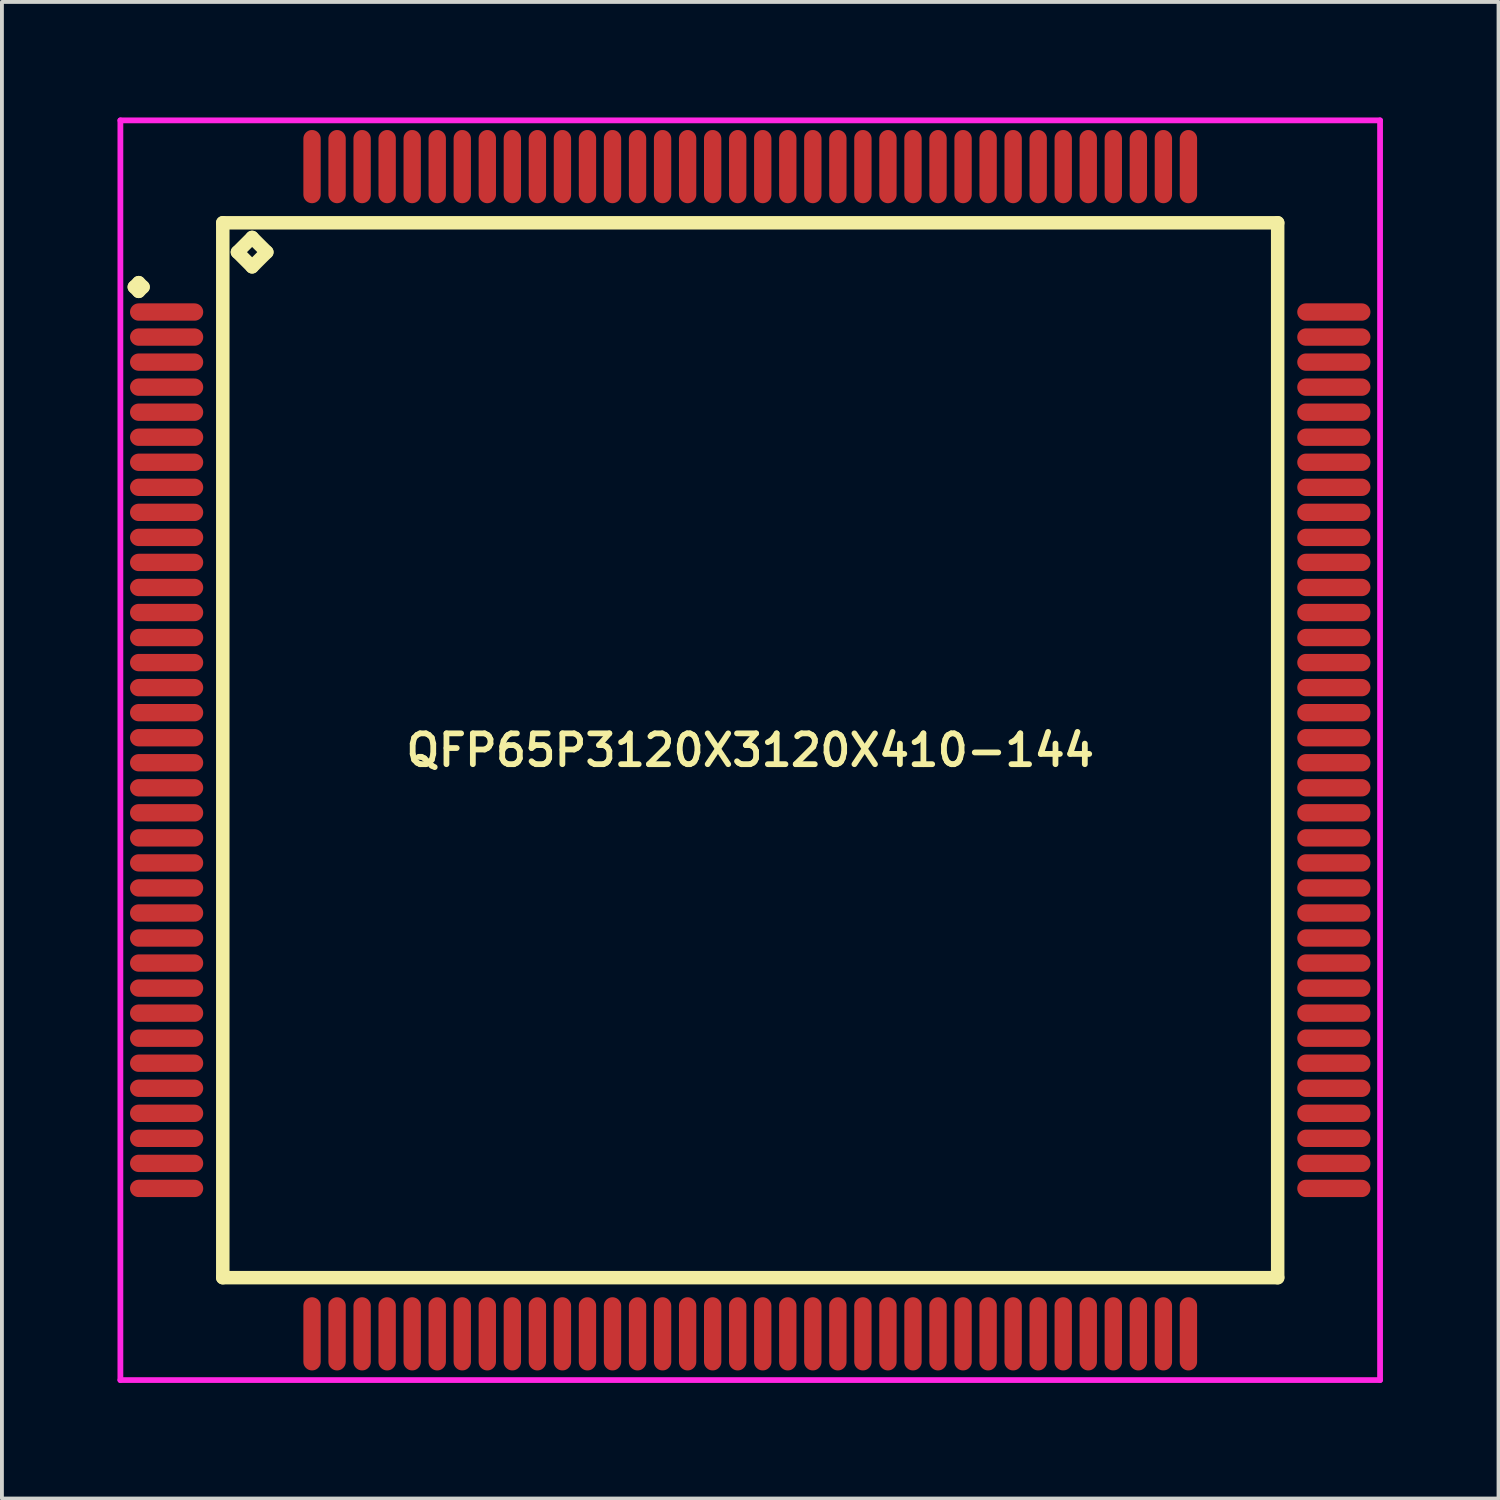
<source format=kicad_pcb>
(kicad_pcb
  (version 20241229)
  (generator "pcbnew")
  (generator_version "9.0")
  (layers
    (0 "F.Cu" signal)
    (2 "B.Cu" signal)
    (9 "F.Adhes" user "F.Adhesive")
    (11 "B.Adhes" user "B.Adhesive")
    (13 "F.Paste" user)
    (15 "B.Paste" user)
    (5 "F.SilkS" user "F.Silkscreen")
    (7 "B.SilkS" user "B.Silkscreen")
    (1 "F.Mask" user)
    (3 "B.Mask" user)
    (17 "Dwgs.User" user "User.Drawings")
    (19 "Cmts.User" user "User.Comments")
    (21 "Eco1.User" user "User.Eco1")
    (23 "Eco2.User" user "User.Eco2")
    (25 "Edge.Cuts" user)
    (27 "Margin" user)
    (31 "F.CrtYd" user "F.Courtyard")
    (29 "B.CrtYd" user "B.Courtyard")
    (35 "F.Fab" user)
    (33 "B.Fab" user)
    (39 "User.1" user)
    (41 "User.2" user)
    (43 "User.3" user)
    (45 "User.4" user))
  (footprint "QFP65P3120X3120X410-144"
    (layer "F.Cu")
    (at 16.425 16.425)
    (property "Reference" "QFP65P3120X3120X410-144" (at 0 0 0) (layer "F.SilkS") (effects (font (size 0.8 0.8) (thickness 0.15))))
    (attr smd)
    (fp_line (start -15.988 -12.025) (end -15.875 -12.137) (stroke (width 0.35) (type solid)) (layer "F.SilkS"))
    (fp_line (start -15.875 -12.137) (end -15.762 -12.025) (stroke (width 0.35) (type solid)) (layer "F.SilkS"))
    (fp_line (start -15.875 -11.912) (end -15.988 -12.025) (stroke (width 0.35) (type solid)) (layer "F.SilkS"))
    (fp_line (start -15.762 -12.025) (end -15.875 -11.912) (stroke (width 0.35) (type solid)) (layer "F.SilkS"))
    (fp_line (start -13.692 -13.692) (end -13.692 13.692) (stroke (width 0.35) (type solid)) (layer "F.SilkS"))
    (fp_line (start -13.692 13.692) (end 13.692 13.692) (stroke (width 0.35) (type solid)) (layer "F.SilkS"))
    (fp_line (start -13.311 -12.93) (end -12.93 -13.311) (stroke (width 0.35) (type solid)) (layer "F.SilkS"))
    (fp_line (start -12.93 -13.311) (end -12.549 -12.93) (stroke (width 0.35) (type solid)) (layer "F.SilkS"))
    (fp_line (start -12.93 -12.549) (end -13.311 -12.93) (stroke (width 0.35) (type solid)) (layer "F.SilkS"))
    (fp_line (start -12.549 -12.93) (end -12.93 -12.549) (stroke (width 0.35) (type solid)) (layer "F.SilkS"))
    (fp_line (start 13.692 -13.692) (end -13.692 -13.692) (stroke (width 0.35) (type solid)) (layer "F.SilkS"))
    (fp_line (start 13.692 13.692) (end 13.692 -13.692) (stroke (width 0.35) (type solid)) (layer "F.SilkS"))
    (fp_line (start -16.35 -16.35) (end 16.35 -16.35) (stroke (width 0.15) (type solid)) (layer "F.CrtYd"))
    (fp_line (start -16.35 16.35) (end -16.35 -16.35) (stroke (width 0.15) (type solid)) (layer "F.CrtYd"))
    (fp_line (start 16.35 -16.35) (end 16.35 16.35) (stroke (width 0.15) (type solid)) (layer "F.CrtYd"))
    (fp_line (start 16.35 16.35) (end -16.35 16.35) (stroke (width 0.15) (type solid)) (layer "F.CrtYd"))
    (pad "1" smd oval (at -15.15 -11.375) (size 1.9 0.45) (layers "F.Cu" "F.Mask" "F.Paste"))
    (pad "2" smd oval (at -15.15 -10.725) (size 1.9 0.45) (layers "F.Cu" "F.Mask" "F.Paste"))
    (pad "3" smd oval (at -15.15 -10.075) (size 1.9 0.45) (layers "F.Cu" "F.Mask" "F.Paste"))
    (pad "4" smd oval (at -15.15 -9.425) (size 1.9 0.45) (layers "F.Cu" "F.Mask" "F.Paste"))
    (pad "5" smd oval (at -15.15 -8.775) (size 1.9 0.45) (layers "F.Cu" "F.Mask" "F.Paste"))
    (pad "6" smd oval (at -15.15 -8.125) (size 1.9 0.45) (layers "F.Cu" "F.Mask" "F.Paste"))
    (pad "7" smd oval (at -15.15 -7.475) (size 1.9 0.45) (layers "F.Cu" "F.Mask" "F.Paste"))
    (pad "8" smd oval (at -15.15 -6.825) (size 1.9 0.45) (layers "F.Cu" "F.Mask" "F.Paste"))
    (pad "9" smd oval (at -15.15 -6.175) (size 1.9 0.45) (layers "F.Cu" "F.Mask" "F.Paste"))
    (pad "10" smd oval (at -15.15 -5.525) (size 1.9 0.45) (layers "F.Cu" "F.Mask" "F.Paste"))
    (pad "11" smd oval (at -15.15 -4.875) (size 1.9 0.45) (layers "F.Cu" "F.Mask" "F.Paste"))
    (pad "12" smd oval (at -15.15 -4.225) (size 1.9 0.45) (layers "F.Cu" "F.Mask" "F.Paste"))
    (pad "13" smd oval (at -15.15 -3.575) (size 1.9 0.45) (layers "F.Cu" "F.Mask" "F.Paste"))
    (pad "14" smd oval (at -15.15 -2.925) (size 1.9 0.45) (layers "F.Cu" "F.Mask" "F.Paste"))
    (pad "15" smd oval (at -15.15 -2.275) (size 1.9 0.45) (layers "F.Cu" "F.Mask" "F.Paste"))
    (pad "16" smd oval (at -15.15 -1.625) (size 1.9 0.45) (layers "F.Cu" "F.Mask" "F.Paste"))
    (pad "17" smd oval (at -15.15 -0.975) (size 1.9 0.45) (layers "F.Cu" "F.Mask" "F.Paste"))
    (pad "18" smd oval (at -15.15 -0.325) (size 1.9 0.45) (layers "F.Cu" "F.Mask" "F.Paste"))
    (pad "19" smd oval (at -15.15 0.325) (size 1.9 0.45) (layers "F.Cu" "F.Mask" "F.Paste"))
    (pad "20" smd oval (at -15.15 0.975) (size 1.9 0.45) (layers "F.Cu" "F.Mask" "F.Paste"))
    (pad "21" smd oval (at -15.15 1.625) (size 1.9 0.45) (layers "F.Cu" "F.Mask" "F.Paste"))
    (pad "22" smd oval (at -15.15 2.275) (size 1.9 0.45) (layers "F.Cu" "F.Mask" "F.Paste"))
    (pad "23" smd oval (at -15.15 2.925) (size 1.9 0.45) (layers "F.Cu" "F.Mask" "F.Paste"))
    (pad "24" smd oval (at -15.15 3.575) (size 1.9 0.45) (layers "F.Cu" "F.Mask" "F.Paste"))
    (pad "25" smd oval (at -15.15 4.225) (size 1.9 0.45) (layers "F.Cu" "F.Mask" "F.Paste"))
    (pad "26" smd oval (at -15.15 4.875) (size 1.9 0.45) (layers "F.Cu" "F.Mask" "F.Paste"))
    (pad "27" smd oval (at -15.15 5.525) (size 1.9 0.45) (layers "F.Cu" "F.Mask" "F.Paste"))
    (pad "28" smd oval (at -15.15 6.175) (size 1.9 0.45) (layers "F.Cu" "F.Mask" "F.Paste"))
    (pad "29" smd oval (at -15.15 6.825) (size 1.9 0.45) (layers "F.Cu" "F.Mask" "F.Paste"))
    (pad "30" smd oval (at -15.15 7.475) (size 1.9 0.45) (layers "F.Cu" "F.Mask" "F.Paste"))
    (pad "31" smd oval (at -15.15 8.125) (size 1.9 0.45) (layers "F.Cu" "F.Mask" "F.Paste"))
    (pad "32" smd oval (at -15.15 8.775) (size 1.9 0.45) (layers "F.Cu" "F.Mask" "F.Paste"))
    (pad "33" smd oval (at -15.15 9.425) (size 1.9 0.45) (layers "F.Cu" "F.Mask" "F.Paste"))
    (pad "34" smd oval (at -15.15 10.075) (size 1.9 0.45) (layers "F.Cu" "F.Mask" "F.Paste"))
    (pad "35" smd oval (at -15.15 10.725) (size 1.9 0.45) (layers "F.Cu" "F.Mask" "F.Paste"))
    (pad "36" smd oval (at -15.15 11.375) (size 1.9 0.45) (layers "F.Cu" "F.Mask" "F.Paste"))
    (pad "37" smd oval (at -11.375 15.15) (size 0.45 1.9) (layers "F.Cu" "F.Mask" "F.Paste"))
    (pad "38" smd oval (at -10.725 15.15) (size 0.45 1.9) (layers "F.Cu" "F.Mask" "F.Paste"))
    (pad "39" smd oval (at -10.075 15.15) (size 0.45 1.9) (layers "F.Cu" "F.Mask" "F.Paste"))
    (pad "40" smd oval (at -9.425 15.15) (size 0.45 1.9) (layers "F.Cu" "F.Mask" "F.Paste"))
    (pad "41" smd oval (at -8.775 15.15) (size 0.45 1.9) (layers "F.Cu" "F.Mask" "F.Paste"))
    (pad "42" smd oval (at -8.125 15.15) (size 0.45 1.9) (layers "F.Cu" "F.Mask" "F.Paste"))
    (pad "43" smd oval (at -7.475 15.15) (size 0.45 1.9) (layers "F.Cu" "F.Mask" "F.Paste"))
    (pad "44" smd oval (at -6.825 15.15) (size 0.45 1.9) (layers "F.Cu" "F.Mask" "F.Paste"))
    (pad "45" smd oval (at -6.175 15.15) (size 0.45 1.9) (layers "F.Cu" "F.Mask" "F.Paste"))
    (pad "46" smd oval (at -5.525 15.15) (size 0.45 1.9) (layers "F.Cu" "F.Mask" "F.Paste"))
    (pad "47" smd oval (at -4.875 15.15) (size 0.45 1.9) (layers "F.Cu" "F.Mask" "F.Paste"))
    (pad "48" smd oval (at -4.225 15.15) (size 0.45 1.9) (layers "F.Cu" "F.Mask" "F.Paste"))
    (pad "49" smd oval (at -3.575 15.15) (size 0.45 1.9) (layers "F.Cu" "F.Mask" "F.Paste"))
    (pad "50" smd oval (at -2.925 15.15) (size 0.45 1.9) (layers "F.Cu" "F.Mask" "F.Paste"))
    (pad "51" smd oval (at -2.275 15.15) (size 0.45 1.9) (layers "F.Cu" "F.Mask" "F.Paste"))
    (pad "52" smd oval (at -1.625 15.15) (size 0.45 1.9) (layers "F.Cu" "F.Mask" "F.Paste"))
    (pad "53" smd oval (at -0.975 15.15) (size 0.45 1.9) (layers "F.Cu" "F.Mask" "F.Paste"))
    (pad "54" smd oval (at -0.325 15.15) (size 0.45 1.9) (layers "F.Cu" "F.Mask" "F.Paste"))
    (pad "55" smd oval (at 0.325 15.15) (size 0.45 1.9) (layers "F.Cu" "F.Mask" "F.Paste"))
    (pad "56" smd oval (at 0.975 15.15) (size 0.45 1.9) (layers "F.Cu" "F.Mask" "F.Paste"))
    (pad "57" smd oval (at 1.625 15.15) (size 0.45 1.9) (layers "F.Cu" "F.Mask" "F.Paste"))
    (pad "58" smd oval (at 2.275 15.15) (size 0.45 1.9) (layers "F.Cu" "F.Mask" "F.Paste"))
    (pad "59" smd oval (at 2.925 15.15) (size 0.45 1.9) (layers "F.Cu" "F.Mask" "F.Paste"))
    (pad "60" smd oval (at 3.575 15.15) (size 0.45 1.9) (layers "F.Cu" "F.Mask" "F.Paste"))
    (pad "61" smd oval (at 4.225 15.15) (size 0.45 1.9) (layers "F.Cu" "F.Mask" "F.Paste"))
    (pad "62" smd oval (at 4.875 15.15) (size 0.45 1.9) (layers "F.Cu" "F.Mask" "F.Paste"))
    (pad "63" smd oval (at 5.525 15.15) (size 0.45 1.9) (layers "F.Cu" "F.Mask" "F.Paste"))
    (pad "64" smd oval (at 6.175 15.15) (size 0.45 1.9) (layers "F.Cu" "F.Mask" "F.Paste"))
    (pad "65" smd oval (at 6.825 15.15) (size 0.45 1.9) (layers "F.Cu" "F.Mask" "F.Paste"))
    (pad "66" smd oval (at 7.475 15.15) (size 0.45 1.9) (layers "F.Cu" "F.Mask" "F.Paste"))
    (pad "67" smd oval (at 8.125 15.15) (size 0.45 1.9) (layers "F.Cu" "F.Mask" "F.Paste"))
    (pad "68" smd oval (at 8.775 15.15) (size 0.45 1.9) (layers "F.Cu" "F.Mask" "F.Paste"))
    (pad "69" smd oval (at 9.425 15.15) (size 0.45 1.9) (layers "F.Cu" "F.Mask" "F.Paste"))
    (pad "70" smd oval (at 10.075 15.15) (size 0.45 1.9) (layers "F.Cu" "F.Mask" "F.Paste"))
    (pad "71" smd oval (at 10.725 15.15) (size 0.45 1.9) (layers "F.Cu" "F.Mask" "F.Paste"))
    (pad "72" smd oval (at 11.375 15.15) (size 0.45 1.9) (layers "F.Cu" "F.Mask" "F.Paste"))
    (pad "73" smd oval (at 15.15 11.375) (size 1.9 0.45) (layers "F.Cu" "F.Mask" "F.Paste"))
    (pad "74" smd oval (at 15.15 10.725) (size 1.9 0.45) (layers "F.Cu" "F.Mask" "F.Paste"))
    (pad "75" smd oval (at 15.15 10.075) (size 1.9 0.45) (layers "F.Cu" "F.Mask" "F.Paste"))
    (pad "76" smd oval (at 15.15 9.425) (size 1.9 0.45) (layers "F.Cu" "F.Mask" "F.Paste"))
    (pad "77" smd oval (at 15.15 8.775) (size 1.9 0.45) (layers "F.Cu" "F.Mask" "F.Paste"))
    (pad "78" smd oval (at 15.15 8.125) (size 1.9 0.45) (layers "F.Cu" "F.Mask" "F.Paste"))
    (pad "79" smd oval (at 15.15 7.475) (size 1.9 0.45) (layers "F.Cu" "F.Mask" "F.Paste"))
    (pad "80" smd oval (at 15.15 6.825) (size 1.9 0.45) (layers "F.Cu" "F.Mask" "F.Paste"))
    (pad "81" smd oval (at 15.15 6.175) (size 1.9 0.45) (layers "F.Cu" "F.Mask" "F.Paste"))
    (pad "82" smd oval (at 15.15 5.525) (size 1.9 0.45) (layers "F.Cu" "F.Mask" "F.Paste"))
    (pad "83" smd oval (at 15.15 4.875) (size 1.9 0.45) (layers "F.Cu" "F.Mask" "F.Paste"))
    (pad "84" smd oval (at 15.15 4.225) (size 1.9 0.45) (layers "F.Cu" "F.Mask" "F.Paste"))
    (pad "85" smd oval (at 15.15 3.575) (size 1.9 0.45) (layers "F.Cu" "F.Mask" "F.Paste"))
    (pad "86" smd oval (at 15.15 2.925) (size 1.9 0.45) (layers "F.Cu" "F.Mask" "F.Paste"))
    (pad "87" smd oval (at 15.15 2.275) (size 1.9 0.45) (layers "F.Cu" "F.Mask" "F.Paste"))
    (pad "88" smd oval (at 15.15 1.625) (size 1.9 0.45) (layers "F.Cu" "F.Mask" "F.Paste"))
    (pad "89" smd oval (at 15.15 0.975) (size 1.9 0.45) (layers "F.Cu" "F.Mask" "F.Paste"))
    (pad "90" smd oval (at 15.15 0.325) (size 1.9 0.45) (layers "F.Cu" "F.Mask" "F.Paste"))
    (pad "91" smd oval (at 15.15 -0.325) (size 1.9 0.45) (layers "F.Cu" "F.Mask" "F.Paste"))
    (pad "92" smd oval (at 15.15 -0.975) (size 1.9 0.45) (layers "F.Cu" "F.Mask" "F.Paste"))
    (pad "93" smd oval (at 15.15 -1.625) (size 1.9 0.45) (layers "F.Cu" "F.Mask" "F.Paste"))
    (pad "94" smd oval (at 15.15 -2.275) (size 1.9 0.45) (layers "F.Cu" "F.Mask" "F.Paste"))
    (pad "95" smd oval (at 15.15 -2.925) (size 1.9 0.45) (layers "F.Cu" "F.Mask" "F.Paste"))
    (pad "96" smd oval (at 15.15 -3.575) (size 1.9 0.45) (layers "F.Cu" "F.Mask" "F.Paste"))
    (pad "97" smd oval (at 15.15 -4.225) (size 1.9 0.45) (layers "F.Cu" "F.Mask" "F.Paste"))
    (pad "98" smd oval (at 15.15 -4.875) (size 1.9 0.45) (layers "F.Cu" "F.Mask" "F.Paste"))
    (pad "99" smd oval (at 15.15 -5.525) (size 1.9 0.45) (layers "F.Cu" "F.Mask" "F.Paste"))
    (pad "100" smd oval (at 15.15 -6.175) (size 1.9 0.45) (layers "F.Cu" "F.Mask" "F.Paste"))
    (pad "101" smd oval (at 15.15 -6.825) (size 1.9 0.45) (layers "F.Cu" "F.Mask" "F.Paste"))
    (pad "102" smd oval (at 15.15 -7.475) (size 1.9 0.45) (layers "F.Cu" "F.Mask" "F.Paste"))
    (pad "103" smd oval (at 15.15 -8.125) (size 1.9 0.45) (layers "F.Cu" "F.Mask" "F.Paste"))
    (pad "104" smd oval (at 15.15 -8.775) (size 1.9 0.45) (layers "F.Cu" "F.Mask" "F.Paste"))
    (pad "105" smd oval (at 15.15 -9.425) (size 1.9 0.45) (layers "F.Cu" "F.Mask" "F.Paste"))
    (pad "106" smd oval (at 15.15 -10.075) (size 1.9 0.45) (layers "F.Cu" "F.Mask" "F.Paste"))
    (pad "107" smd oval (at 15.15 -10.725) (size 1.9 0.45) (layers "F.Cu" "F.Mask" "F.Paste"))
    (pad "108" smd oval (at 15.15 -11.375) (size 1.9 0.45) (layers "F.Cu" "F.Mask" "F.Paste"))
    (pad "109" smd oval (at 11.375 -15.15) (size 0.45 1.9) (layers "F.Cu" "F.Mask" "F.Paste"))
    (pad "110" smd oval (at 10.725 -15.15) (size 0.45 1.9) (layers "F.Cu" "F.Mask" "F.Paste"))
    (pad "111" smd oval (at 10.075 -15.15) (size 0.45 1.9) (layers "F.Cu" "F.Mask" "F.Paste"))
    (pad "112" smd oval (at 9.425 -15.15) (size 0.45 1.9) (layers "F.Cu" "F.Mask" "F.Paste"))
    (pad "113" smd oval (at 8.775 -15.15) (size 0.45 1.9) (layers "F.Cu" "F.Mask" "F.Paste"))
    (pad "114" smd oval (at 8.125 -15.15) (size 0.45 1.9) (layers "F.Cu" "F.Mask" "F.Paste"))
    (pad "115" smd oval (at 7.475 -15.15) (size 0.45 1.9) (layers "F.Cu" "F.Mask" "F.Paste"))
    (pad "116" smd oval (at 6.825 -15.15) (size 0.45 1.9) (layers "F.Cu" "F.Mask" "F.Paste"))
    (pad "117" smd oval (at 6.175 -15.15) (size 0.45 1.9) (layers "F.Cu" "F.Mask" "F.Paste"))
    (pad "118" smd oval (at 5.525 -15.15) (size 0.45 1.9) (layers "F.Cu" "F.Mask" "F.Paste"))
    (pad "119" smd oval (at 4.875 -15.15) (size 0.45 1.9) (layers "F.Cu" "F.Mask" "F.Paste"))
    (pad "120" smd oval (at 4.225 -15.15) (size 0.45 1.9) (layers "F.Cu" "F.Mask" "F.Paste"))
    (pad "121" smd oval (at 3.575 -15.15) (size 0.45 1.9) (layers "F.Cu" "F.Mask" "F.Paste"))
    (pad "122" smd oval (at 2.925 -15.15) (size 0.45 1.9) (layers "F.Cu" "F.Mask" "F.Paste"))
    (pad "123" smd oval (at 2.275 -15.15) (size 0.45 1.9) (layers "F.Cu" "F.Mask" "F.Paste"))
    (pad "124" smd oval (at 1.625 -15.15) (size 0.45 1.9) (layers "F.Cu" "F.Mask" "F.Paste"))
    (pad "125" smd oval (at 0.975 -15.15) (size 0.45 1.9) (layers "F.Cu" "F.Mask" "F.Paste"))
    (pad "126" smd oval (at 0.325 -15.15) (size 0.45 1.9) (layers "F.Cu" "F.Mask" "F.Paste"))
    (pad "127" smd oval (at -0.325 -15.15) (size 0.45 1.9) (layers "F.Cu" "F.Mask" "F.Paste"))
    (pad "128" smd oval (at -0.975 -15.15) (size 0.45 1.9) (layers "F.Cu" "F.Mask" "F.Paste"))
    (pad "129" smd oval (at -1.625 -15.15) (size 0.45 1.9) (layers "F.Cu" "F.Mask" "F.Paste"))
    (pad "130" smd oval (at -2.275 -15.15) (size 0.45 1.9) (layers "F.Cu" "F.Mask" "F.Paste"))
    (pad "131" smd oval (at -2.925 -15.15) (size 0.45 1.9) (layers "F.Cu" "F.Mask" "F.Paste"))
    (pad "132" smd oval (at -3.575 -15.15) (size 0.45 1.9) (layers "F.Cu" "F.Mask" "F.Paste"))
    (pad "133" smd oval (at -4.225 -15.15) (size 0.45 1.9) (layers "F.Cu" "F.Mask" "F.Paste"))
    (pad "134" smd oval (at -4.875 -15.15) (size 0.45 1.9) (layers "F.Cu" "F.Mask" "F.Paste"))
    (pad "135" smd oval (at -5.525 -15.15) (size 0.45 1.9) (layers "F.Cu" "F.Mask" "F.Paste"))
    (pad "136" smd oval (at -6.175 -15.15) (size 0.45 1.9) (layers "F.Cu" "F.Mask" "F.Paste"))
    (pad "137" smd oval (at -6.825 -15.15) (size 0.45 1.9) (layers "F.Cu" "F.Mask" "F.Paste"))
    (pad "138" smd oval (at -7.475 -15.15) (size 0.45 1.9) (layers "F.Cu" "F.Mask" "F.Paste"))
    (pad "139" smd oval (at -8.125 -15.15) (size 0.45 1.9) (layers "F.Cu" "F.Mask" "F.Paste"))
    (pad "140" smd oval (at -8.775 -15.15) (size 0.45 1.9) (layers "F.Cu" "F.Mask" "F.Paste"))
    (pad "141" smd oval (at -9.425 -15.15) (size 0.45 1.9) (layers "F.Cu" "F.Mask" "F.Paste"))
    (pad "142" smd oval (at -10.075 -15.15) (size 0.45 1.9) (layers "F.Cu" "F.Mask" "F.Paste"))
    (pad "143" smd oval (at -10.725 -15.15) (size 0.45 1.9) (layers "F.Cu" "F.Mask" "F.Paste"))
    (pad "144" smd oval (at -11.375 -15.15) (size 0.45 1.9) (layers "F.Cu" "F.Mask" "F.Paste")))
  (gr_rect
    (start -3 -3)
    (end 35.85 35.85)
    (stroke (width 0.1) (type default))
    (fill no)
    (layer "Edge.Cuts")))
</source>
